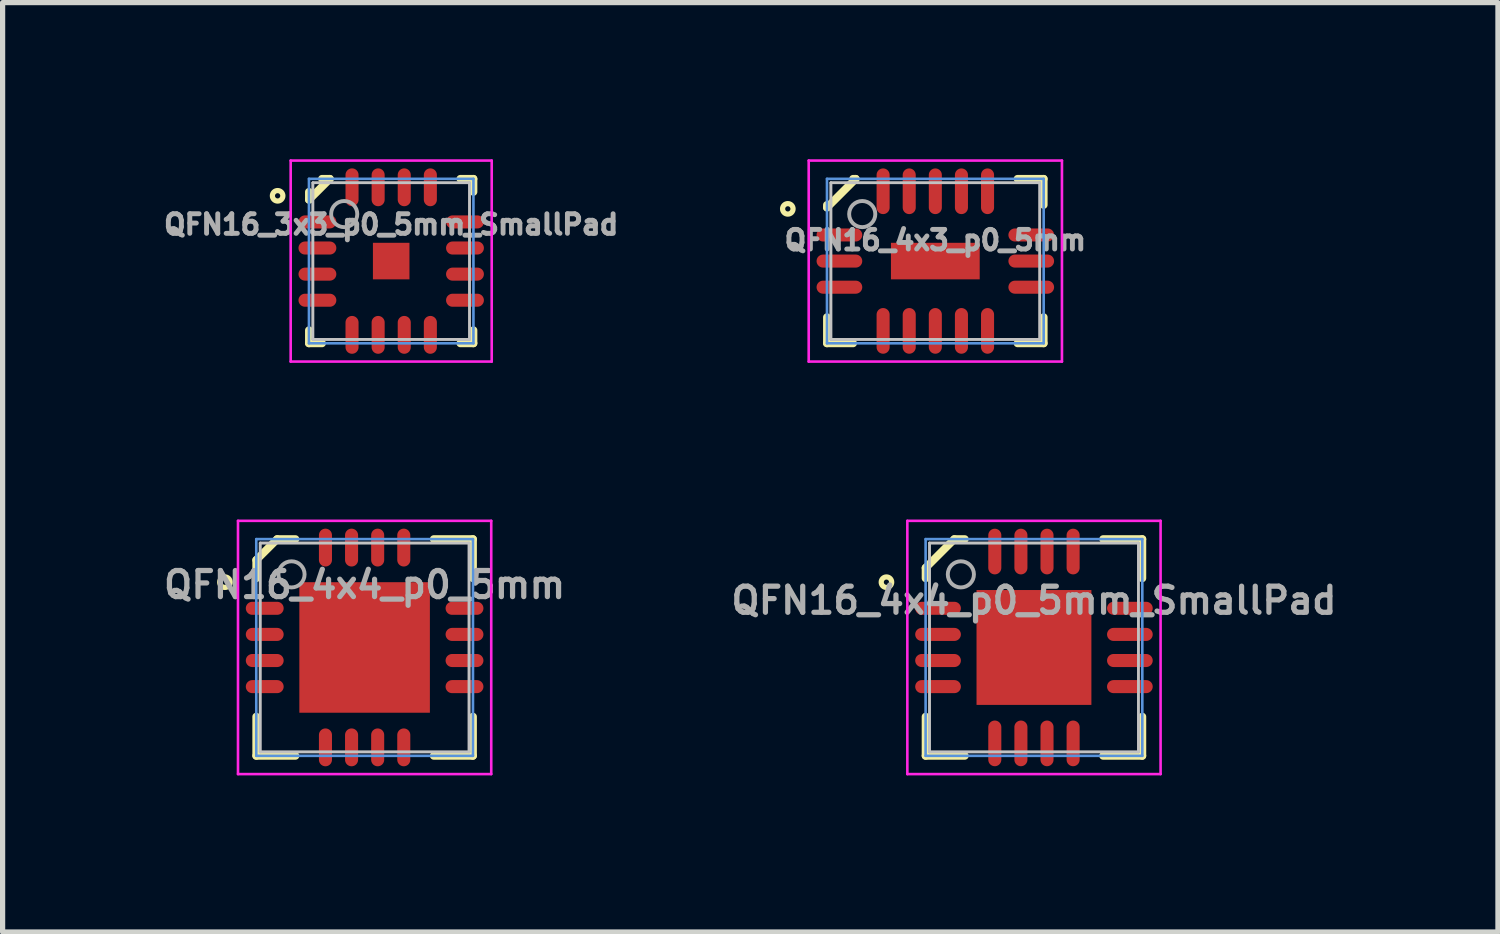
<source format=kicad_pcb>
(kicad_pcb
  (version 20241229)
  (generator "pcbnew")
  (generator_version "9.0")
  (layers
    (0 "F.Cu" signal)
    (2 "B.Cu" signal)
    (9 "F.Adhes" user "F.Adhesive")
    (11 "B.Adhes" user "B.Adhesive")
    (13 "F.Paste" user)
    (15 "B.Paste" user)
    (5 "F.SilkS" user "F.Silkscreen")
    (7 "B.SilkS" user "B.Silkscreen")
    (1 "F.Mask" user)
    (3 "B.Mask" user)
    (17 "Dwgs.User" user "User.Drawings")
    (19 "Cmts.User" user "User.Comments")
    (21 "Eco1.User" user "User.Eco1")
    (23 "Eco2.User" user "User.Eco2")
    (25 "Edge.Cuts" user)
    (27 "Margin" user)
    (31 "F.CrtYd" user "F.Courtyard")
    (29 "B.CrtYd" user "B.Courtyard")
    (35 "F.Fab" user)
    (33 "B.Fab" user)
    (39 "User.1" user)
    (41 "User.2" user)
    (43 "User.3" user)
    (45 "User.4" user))
  (footprint "QFN16_4x4_p0_5mm"
    (layer "F.Cu")
    (at 3.933 9.35)
    (property "Reference" "QFN16_4x4_p0_5mm" (at 0 -1.2 0) (layer "F.Fab") (effects (font (size 0.5 0.5) (thickness 0.1))))
    (attr through_hole)
    (fp_line (start -2.075 -1.675) (end -2.075 -1.325) (stroke (width 0.15) (type solid)) (layer "F.SilkS"))
    (fp_line (start -2.075 -1.675) (end -1.675 -2.075) (stroke (width 0.15) (type solid)) (layer "F.SilkS"))
    (fp_line (start -2.075 2.075) (end -2.075 1.325) (stroke (width 0.15) (type solid)) (layer "F.SilkS"))
    (fp_line (start -2.075 2.075) (end -1.325 2.075) (stroke (width 0.15) (type solid)) (layer "F.SilkS"))
    (fp_line (start -1.325 -2.075) (end -1.675 -2.075) (stroke (width 0.15) (type solid)) (layer "F.SilkS"))
    (fp_line (start 2.075 -2.075) (end 1.325 -2.075) (stroke (width 0.15) (type solid)) (layer "F.SilkS"))
    (fp_line (start 2.075 -2.075) (end 2.075 -1.325) (stroke (width 0.15) (type solid)) (layer "F.SilkS"))
    (fp_line (start 2.075 2.075) (end 1.325 2.075) (stroke (width 0.15) (type solid)) (layer "F.SilkS"))
    (fp_line (start 2.075 2.075) (end 2.075 1.325) (stroke (width 0.15) (type solid)) (layer "F.SilkS"))
    (fp_circle (center -2.675 -1.25) (end -2.604 -1.179) (stroke (width 0.1) (type solid)) (fill no) (layer "F.SilkS"))
    (fp_line (start -2 -2) (end -2 2) (stroke (width 0.05) (type solid)) (layer "Dwgs.User"))
    (fp_line (start -2 -2) (end 2 -2) (stroke (width 0.05) (type solid)) (layer "Dwgs.User"))
    (fp_line (start -2 2) (end 2 2) (stroke (width 0.05) (type solid)) (layer "Dwgs.User"))
    (fp_line (start 2 -2) (end 2 2) (stroke (width 0.05) (type solid)) (layer "Dwgs.User"))
    (fp_line (start -2.075 -2.075) (end -2.075 2.075) (stroke (width 0.05) (type solid)) (layer "Cmts.User"))
    (fp_line (start -2.075 -2.075) (end 2.075 -2.075) (stroke (width 0.05) (type solid)) (layer "Cmts.User"))
    (fp_line (start -2.075 2.075) (end 2.075 2.075) (stroke (width 0.05) (type solid)) (layer "Cmts.User"))
    (fp_line (start 2.075 -2.075) (end 2.075 2.075) (stroke (width 0.05) (type solid)) (layer "Cmts.User"))
    (fp_line (start -1.925 -1.925) (end -1.925 1.925) (stroke (width 0.05) (type solid)) (layer "Eco1.User"))
    (fp_line (start -1.925 -1.925) (end 1.925 -1.925) (stroke (width 0.05) (type solid)) (layer "Eco1.User"))
    (fp_line (start -1.925 1.925) (end 1.925 1.925) (stroke (width 0.05) (type solid)) (layer "Eco1.User"))
    (fp_line (start 1.925 -1.925) (end 1.925 1.925) (stroke (width 0.05) (type solid)) (layer "Eco1.User"))
    (fp_line (start -2.425 -2.425) (end -2.425 2.425) (stroke (width 0.05) (type solid)) (layer "F.CrtYd"))
    (fp_line (start -2.425 -2.425) (end 2.425 -2.425) (stroke (width 0.05) (type solid)) (layer "F.CrtYd"))
    (fp_line (start -2.425 2.425) (end 2.425 2.425) (stroke (width 0.05) (type solid)) (layer "F.CrtYd"))
    (fp_line (start 2.425 -2.425) (end 2.425 2.425) (stroke (width 0.05) (type solid)) (layer "F.CrtYd"))
    (fp_line (start -2 -2) (end -2 2) (stroke (width 0.05) (type solid)) (layer "F.Fab"))
    (fp_line (start -2 -2) (end 2 -2) (stroke (width 0.05) (type solid)) (layer "F.Fab"))
    (fp_line (start -2 2) (end 2 2) (stroke (width 0.05) (type solid)) (layer "F.Fab"))
    (fp_line (start 2 -2) (end 2 2) (stroke (width 0.05) (type solid)) (layer "F.Fab"))
    (fp_circle (center -1.4 -1.4) (end -1.223 -1.223) (stroke (width 0.075) (type solid)) (fill no) (layer "F.Fab"))
    (pad "1" smd oval (at -1.913 -0.75 180) (size 0.725 0.25) (layers "F.Cu" "F.Mask" "F.Paste"))
    (pad "2" smd oval (at -1.913 -0.25 180) (size 0.725 0.25) (layers "F.Cu" "F.Mask" "F.Paste"))
    (pad "3" smd oval (at -1.913 0.25 180) (size 0.725 0.25) (layers "F.Cu" "F.Mask" "F.Paste"))
    (pad "4" smd oval (at -1.913 0.75 180) (size 0.725 0.25) (layers "F.Cu" "F.Mask" "F.Paste"))
    (pad "5" smd oval (at -0.75 1.913 270) (size 0.725 0.25) (layers "F.Cu" "F.Mask" "F.Paste"))
    (pad "6" smd oval (at -0.25 1.913 270) (size 0.725 0.25) (layers "F.Cu" "F.Mask" "F.Paste"))
    (pad "7" smd oval (at 0.25 1.913 270) (size 0.725 0.25) (layers "F.Cu" "F.Mask" "F.Paste"))
    (pad "8" smd oval (at 0.75 1.913 270) (size 0.725 0.25) (layers "F.Cu" "F.Mask" "F.Paste"))
    (pad "9" smd oval (at 1.913 0.75) (size 0.725 0.25) (layers "F.Cu" "F.Mask" "F.Paste"))
    (pad "10" smd oval (at 1.913 0.25) (size 0.725 0.25) (layers "F.Cu" "F.Mask" "F.Paste"))
    (pad "11" smd oval (at 1.913 -0.25) (size 0.725 0.25) (layers "F.Cu" "F.Mask" "F.Paste"))
    (pad "12" smd oval (at 1.913 -0.75) (size 0.725 0.25) (layers "F.Cu" "F.Mask" "F.Paste"))
    (pad "13" smd oval (at 0.75 -1.913 90) (size 0.725 0.25) (layers "F.Cu" "F.Mask" "F.Paste"))
    (pad "14" smd oval (at 0.25 -1.913 90) (size 0.725 0.25) (layers "F.Cu" "F.Mask" "F.Paste"))
    (pad "15" smd oval (at -0.25 -1.913 90) (size 0.725 0.25) (layers "F.Cu" "F.Mask" "F.Paste"))
    (pad "16" smd oval (at -0.75 -1.913 90) (size 0.725 0.25) (layers "F.Cu" "F.Mask" "F.Paste"))
    (pad "17" smd rect (at 0 0) (size 2.5 2.5) (layers "F.Cu" "F.Mask" "F.Paste")))
  (footprint "QFN16_4x4_p0_5mm_SmallPad"
    (layer "F.Cu")
    (at 16.752 9.35)
    (property "Reference" "QFN16_4x4_p0_5mm_SmallPad" (at 0 -0.9 0) (layer "F.Fab") (effects (font (size 0.5 0.5) (thickness 0.1))))
    (attr through_hole)
    (fp_line (start -2.075 -1.525) (end -2.075 -1.325) (stroke (width 0.15) (type solid)) (layer "F.SilkS"))
    (fp_line (start -2.075 -1.525) (end -1.525 -2.075) (stroke (width 0.15) (type solid)) (layer "F.SilkS"))
    (fp_line (start -2.075 2.075) (end -2.075 1.325) (stroke (width 0.15) (type solid)) (layer "F.SilkS"))
    (fp_line (start -2.075 2.075) (end -1.325 2.075) (stroke (width 0.15) (type solid)) (layer "F.SilkS"))
    (fp_line (start -1.325 -2.075) (end -1.525 -2.075) (stroke (width 0.15) (type solid)) (layer "F.SilkS"))
    (fp_line (start 2.075 -2.075) (end 1.325 -2.075) (stroke (width 0.15) (type solid)) (layer "F.SilkS"))
    (fp_line (start 2.075 -2.075) (end 2.075 -1.325) (stroke (width 0.15) (type solid)) (layer "F.SilkS"))
    (fp_line (start 2.075 2.075) (end 1.325 2.075) (stroke (width 0.15) (type solid)) (layer "F.SilkS"))
    (fp_line (start 2.075 2.075) (end 2.075 1.325) (stroke (width 0.15) (type solid)) (layer "F.SilkS"))
    (fp_circle (center -2.825 -1.25) (end -2.754 -1.179) (stroke (width 0.1) (type solid)) (fill no) (layer "F.SilkS"))
    (fp_line (start -2 -2) (end -2 2) (stroke (width 0.05) (type solid)) (layer "Dwgs.User"))
    (fp_line (start -2 -2) (end 2 -2) (stroke (width 0.05) (type solid)) (layer "Dwgs.User"))
    (fp_line (start -2 2) (end 2 2) (stroke (width 0.05) (type solid)) (layer "Dwgs.User"))
    (fp_line (start 2 -2) (end 2 2) (stroke (width 0.05) (type solid)) (layer "Dwgs.User"))
    (fp_line (start -2.075 -2.075) (end -2.075 2.075) (stroke (width 0.05) (type solid)) (layer "Cmts.User"))
    (fp_line (start -2.075 -2.075) (end 2.075 -2.075) (stroke (width 0.05) (type solid)) (layer "Cmts.User"))
    (fp_line (start -2.075 2.075) (end 2.075 2.075) (stroke (width 0.05) (type solid)) (layer "Cmts.User"))
    (fp_line (start 2.075 -2.075) (end 2.075 2.075) (stroke (width 0.05) (type solid)) (layer "Cmts.User"))
    (fp_line (start -1.925 -1.925) (end -1.925 1.925) (stroke (width 0.05) (type solid)) (layer "Eco1.User"))
    (fp_line (start -1.925 -1.925) (end 1.925 -1.925) (stroke (width 0.05) (type solid)) (layer "Eco1.User"))
    (fp_line (start -1.925 1.925) (end 1.925 1.925) (stroke (width 0.05) (type solid)) (layer "Eco1.User"))
    (fp_line (start 1.925 -1.925) (end 1.925 1.925) (stroke (width 0.05) (type solid)) (layer "Eco1.User"))
    (fp_line (start -2.425 -2.425) (end -2.425 2.425) (stroke (width 0.05) (type solid)) (layer "F.CrtYd"))
    (fp_line (start -2.425 -2.425) (end 2.425 -2.425) (stroke (width 0.05) (type solid)) (layer "F.CrtYd"))
    (fp_line (start -2.425 2.425) (end 2.425 2.425) (stroke (width 0.05) (type solid)) (layer "F.CrtYd"))
    (fp_line (start 2.425 -2.425) (end 2.425 2.425) (stroke (width 0.05) (type solid)) (layer "F.CrtYd"))
    (fp_line (start -2 -2) (end -2 2) (stroke (width 0.05) (type solid)) (layer "F.Fab"))
    (fp_line (start -2 -2) (end 2 -2) (stroke (width 0.05) (type solid)) (layer "F.Fab"))
    (fp_line (start -2 2) (end 2 2) (stroke (width 0.05) (type solid)) (layer "F.Fab"))
    (fp_line (start 2 -2) (end 2 2) (stroke (width 0.05) (type solid)) (layer "F.Fab"))
    (fp_circle (center -1.4 -1.4) (end -1.223 -1.223) (stroke (width 0.075) (type solid)) (fill no) (layer "F.Fab"))
    (pad "1" smd oval (at -1.837 -0.75 180) (size 0.875 0.25) (layers "F.Cu" "F.Mask" "F.Paste"))
    (pad "2" smd oval (at -1.837 -0.25 180) (size 0.875 0.25) (layers "F.Cu" "F.Mask" "F.Paste"))
    (pad "3" smd oval (at -1.837 0.25 180) (size 0.875 0.25) (layers "F.Cu" "F.Mask" "F.Paste"))
    (pad "4" smd oval (at -1.837 0.75 180) (size 0.875 0.25) (layers "F.Cu" "F.Mask" "F.Paste"))
    (pad "5" smd oval (at -0.75 1.837 270) (size 0.875 0.25) (layers "F.Cu" "F.Mask" "F.Paste"))
    (pad "6" smd oval (at -0.25 1.837 270) (size 0.875 0.25) (layers "F.Cu" "F.Mask" "F.Paste"))
    (pad "7" smd oval (at 0.25 1.837 270) (size 0.875 0.25) (layers "F.Cu" "F.Mask" "F.Paste"))
    (pad "8" smd oval (at 0.75 1.837 270) (size 0.875 0.25) (layers "F.Cu" "F.Mask" "F.Paste"))
    (pad "9" smd oval (at 1.837 0.75) (size 0.875 0.25) (layers "F.Cu" "F.Mask" "F.Paste"))
    (pad "10" smd oval (at 1.837 0.25) (size 0.875 0.25) (layers "F.Cu" "F.Mask" "F.Paste"))
    (pad "11" smd oval (at 1.837 -0.25) (size 0.875 0.25) (layers "F.Cu" "F.Mask" "F.Paste"))
    (pad "12" smd oval (at 1.837 -0.75) (size 0.875 0.25) (layers "F.Cu" "F.Mask" "F.Paste"))
    (pad "13" smd oval (at 0.75 -1.837 90) (size 0.875 0.25) (layers "F.Cu" "F.Mask" "F.Paste"))
    (pad "14" smd oval (at 0.25 -1.837 90) (size 0.875 0.25) (layers "F.Cu" "F.Mask" "F.Paste"))
    (pad "15" smd oval (at -0.25 -1.837 90) (size 0.875 0.25) (layers "F.Cu" "F.Mask" "F.Paste"))
    (pad "16" smd oval (at -0.75 -1.837 90) (size 0.875 0.25) (layers "F.Cu" "F.Mask" "F.Paste"))
    (pad "17" smd rect (at 0 0) (size 2.2 2.2) (layers "F.Cu" "F.Mask" "F.Paste")))
  (footprint "QFN16_4x3_p0_5mm"
    (layer "F.Cu")
    (at 14.863 1.95)
    (property "Reference" "QFN16_4x3_p0_5mm" (at 0 -0.4 0) (layer "F.Fab") (effects (font (size 0.375 0.375) (thickness 0.1))))
    (attr through_hole)
    (fp_line (start -2.075 -1.025) (end -2.075 -1.075) (stroke (width 0.15) (type solid)) (layer "F.SilkS"))
    (fp_line (start -2.075 -1.025) (end -1.525 -1.575) (stroke (width 0.15) (type solid)) (layer "F.SilkS"))
    (fp_line (start -2.075 1.575) (end -2.075 1.075) (stroke (width 0.15) (type solid)) (layer "F.SilkS"))
    (fp_line (start -2.075 1.575) (end -1.575 1.575) (stroke (width 0.15) (type solid)) (layer "F.SilkS"))
    (fp_line (start -1.575 -1.575) (end -1.525 -1.575) (stroke (width 0.15) (type solid)) (layer "F.SilkS"))
    (fp_line (start 2.075 -1.575) (end 1.575 -1.575) (stroke (width 0.15) (type solid)) (layer "F.SilkS"))
    (fp_line (start 2.075 -1.575) (end 2.075 -1.075) (stroke (width 0.15) (type solid)) (layer "F.SilkS"))
    (fp_line (start 2.075 1.575) (end 1.575 1.575) (stroke (width 0.15) (type solid)) (layer "F.SilkS"))
    (fp_line (start 2.075 1.575) (end 2.075 1.075) (stroke (width 0.15) (type solid)) (layer "F.SilkS"))
    (fp_circle (center -2.825 -1) (end -2.754 -0.929) (stroke (width 0.1) (type solid)) (fill no) (layer "F.SilkS"))
    (fp_line (start -2 -1.5) (end -2 1.5) (stroke (width 0.05) (type solid)) (layer "Dwgs.User"))
    (fp_line (start -2 -1.5) (end 2 -1.5) (stroke (width 0.05) (type solid)) (layer "Dwgs.User"))
    (fp_line (start -2 1.5) (end 2 1.5) (stroke (width 0.05) (type solid)) (layer "Dwgs.User"))
    (fp_line (start 2 -1.5) (end 2 1.5) (stroke (width 0.05) (type solid)) (layer "Dwgs.User"))
    (fp_line (start -2.075 -1.575) (end -2.075 1.575) (stroke (width 0.05) (type solid)) (layer "Cmts.User"))
    (fp_line (start -2.075 -1.575) (end 2.075 -1.575) (stroke (width 0.05) (type solid)) (layer "Cmts.User"))
    (fp_line (start -2.075 1.575) (end 2.075 1.575) (stroke (width 0.05) (type solid)) (layer "Cmts.User"))
    (fp_line (start 2.075 -1.575) (end 2.075 1.575) (stroke (width 0.05) (type solid)) (layer "Cmts.User"))
    (fp_line (start -1.925 -1.425) (end -1.925 1.425) (stroke (width 0.05) (type solid)) (layer "Eco1.User"))
    (fp_line (start -1.925 -1.425) (end 1.925 -1.425) (stroke (width 0.05) (type solid)) (layer "Eco1.User"))
    (fp_line (start -1.925 1.425) (end 1.925 1.425) (stroke (width 0.05) (type solid)) (layer "Eco1.User"))
    (fp_line (start 1.925 -1.425) (end 1.925 1.425) (stroke (width 0.05) (type solid)) (layer "Eco1.User"))
    (fp_line (start -2.425 -1.925) (end -2.425 1.925) (stroke (width 0.05) (type solid)) (layer "F.CrtYd"))
    (fp_line (start -2.425 -1.925) (end 2.425 -1.925) (stroke (width 0.05) (type solid)) (layer "F.CrtYd"))
    (fp_line (start -2.425 1.925) (end 2.425 1.925) (stroke (width 0.05) (type solid)) (layer "F.CrtYd"))
    (fp_line (start 2.425 -1.925) (end 2.425 1.925) (stroke (width 0.05) (type solid)) (layer "F.CrtYd"))
    (fp_line (start -2 -1.5) (end -2 1.5) (stroke (width 0.05) (type solid)) (layer "F.Fab"))
    (fp_line (start -2 -1.5) (end 2 -1.5) (stroke (width 0.05) (type solid)) (layer "F.Fab"))
    (fp_line (start -2 1.5) (end 2 1.5) (stroke (width 0.05) (type solid)) (layer "F.Fab"))
    (fp_line (start 2 -1.5) (end 2 1.5) (stroke (width 0.05) (type solid)) (layer "F.Fab"))
    (fp_circle (center -1.4 -0.9) (end -1.223 -0.723) (stroke (width 0.075) (type solid)) (fill no) (layer "F.Fab"))
    (pad "1" smd oval (at -1.837 -0.5 180) (size 0.875 0.25) (layers "F.Cu" "F.Mask" "F.Paste"))
    (pad "2" smd oval (at -1.837 0 180) (size 0.875 0.25) (layers "F.Cu" "F.Mask" "F.Paste"))
    (pad "3" smd oval (at -1.837 0.5 180) (size 0.875 0.25) (layers "F.Cu" "F.Mask" "F.Paste"))
    (pad "4" smd oval (at -1 1.337 270) (size 0.875 0.25) (layers "F.Cu" "F.Mask" "F.Paste"))
    (pad "5" smd oval (at -0.5 1.337 270) (size 0.875 0.25) (layers "F.Cu" "F.Mask" "F.Paste"))
    (pad "6" smd oval (at 0 1.337 270) (size 0.875 0.25) (layers "F.Cu" "F.Mask" "F.Paste"))
    (pad "7" smd oval (at 0.5 1.337 270) (size 0.875 0.25) (layers "F.Cu" "F.Mask" "F.Paste"))
    (pad "8" smd oval (at 1 1.337 270) (size 0.875 0.25) (layers "F.Cu" "F.Mask" "F.Paste"))
    (pad "9" smd oval (at 1.837 0.5) (size 0.875 0.25) (layers "F.Cu" "F.Mask" "F.Paste"))
    (pad "10" smd oval (at 1.837 0) (size 0.875 0.25) (layers "F.Cu" "F.Mask" "F.Paste"))
    (pad "11" smd oval (at 1.837 -0.5) (size 0.875 0.25) (layers "F.Cu" "F.Mask" "F.Paste"))
    (pad "12" smd oval (at 1 -1.337 90) (size 0.875 0.25) (layers "F.Cu" "F.Mask" "F.Paste"))
    (pad "13" smd oval (at 0.5 -1.337 90) (size 0.875 0.25) (layers "F.Cu" "F.Mask" "F.Paste"))
    (pad "14" smd oval (at 0 -1.337 90) (size 0.875 0.25) (layers "F.Cu" "F.Mask" "F.Paste"))
    (pad "15" smd oval (at -0.5 -1.337 90) (size 0.875 0.25) (layers "F.Cu" "F.Mask" "F.Paste"))
    (pad "16" smd oval (at -1 -1.337 90) (size 0.875 0.25) (layers "F.Cu" "F.Mask" "F.Paste"))
    (pad "17" smd rect (at 0 0) (size 1.7 0.7) (layers "F.Cu" "F.Mask" "F.Paste")))
  (footprint "QFN16_3x3_p0_5mm_SmallPad"
    (layer "F.Cu")
    (at 4.442 1.95)
    (property "Reference" "QFN16_3x3_p0_5mm_SmallPad" (at 0 -0.7 0) (layer "F.Fab") (effects (font (size 0.375 0.375) (thickness 0.1))))
    (attr through_hole)
    (fp_line (start -1.575 -1.175) (end -1.575 -1.325) (stroke (width 0.15) (type solid)) (layer "F.SilkS"))
    (fp_line (start -1.575 -1.175) (end -1.175 -1.575) (stroke (width 0.15) (type solid)) (layer "F.SilkS"))
    (fp_line (start -1.575 1.575) (end -1.575 1.325) (stroke (width 0.15) (type solid)) (layer "F.SilkS"))
    (fp_line (start -1.575 1.575) (end -1.325 1.575) (stroke (width 0.15) (type solid)) (layer "F.SilkS"))
    (fp_line (start -1.325 -1.575) (end -1.175 -1.575) (stroke (width 0.15) (type solid)) (layer "F.SilkS"))
    (fp_line (start 1.575 -1.575) (end 1.325 -1.575) (stroke (width 0.15) (type solid)) (layer "F.SilkS"))
    (fp_line (start 1.575 -1.575) (end 1.575 -1.325) (stroke (width 0.15) (type solid)) (layer "F.SilkS"))
    (fp_line (start 1.575 1.575) (end 1.325 1.575) (stroke (width 0.15) (type solid)) (layer "F.SilkS"))
    (fp_line (start 1.575 1.575) (end 1.575 1.325) (stroke (width 0.15) (type solid)) (layer "F.SilkS"))
    (fp_circle (center -2.175 -1.25) (end -2.104 -1.179) (stroke (width 0.1) (type solid)) (fill no) (layer "F.SilkS"))
    (fp_line (start -1.5 -1.5) (end -1.5 1.5) (stroke (width 0.05) (type solid)) (layer "Dwgs.User"))
    (fp_line (start -1.5 -1.5) (end 1.5 -1.5) (stroke (width 0.05) (type solid)) (layer "Dwgs.User"))
    (fp_line (start -1.5 1.5) (end 1.5 1.5) (stroke (width 0.05) (type solid)) (layer "Dwgs.User"))
    (fp_line (start 1.5 -1.5) (end 1.5 1.5) (stroke (width 0.05) (type solid)) (layer "Dwgs.User"))
    (fp_line (start -1.575 -1.575) (end -1.575 1.575) (stroke (width 0.05) (type solid)) (layer "Cmts.User"))
    (fp_line (start -1.575 -1.575) (end 1.575 -1.575) (stroke (width 0.05) (type solid)) (layer "Cmts.User"))
    (fp_line (start -1.575 1.575) (end 1.575 1.575) (stroke (width 0.05) (type solid)) (layer "Cmts.User"))
    (fp_line (start 1.575 -1.575) (end 1.575 1.575) (stroke (width 0.05) (type solid)) (layer "Cmts.User"))
    (fp_line (start -1.425 -1.425) (end -1.425 1.425) (stroke (width 0.05) (type solid)) (layer "Eco1.User"))
    (fp_line (start -1.425 -1.425) (end 1.425 -1.425) (stroke (width 0.05) (type solid)) (layer "Eco1.User"))
    (fp_line (start -1.425 1.425) (end 1.425 1.425) (stroke (width 0.05) (type solid)) (layer "Eco1.User"))
    (fp_line (start 1.425 -1.425) (end 1.425 1.425) (stroke (width 0.05) (type solid)) (layer "Eco1.User"))
    (fp_line (start -1.925 -1.925) (end -1.925 1.925) (stroke (width 0.05) (type solid)) (layer "F.CrtYd"))
    (fp_line (start -1.925 -1.925) (end 1.925 -1.925) (stroke (width 0.05) (type solid)) (layer "F.CrtYd"))
    (fp_line (start -1.925 1.925) (end 1.925 1.925) (stroke (width 0.05) (type solid)) (layer "F.CrtYd"))
    (fp_line (start 1.925 -1.925) (end 1.925 1.925) (stroke (width 0.05) (type solid)) (layer "F.CrtYd"))
    (fp_line (start -1.5 -1.5) (end -1.5 1.5) (stroke (width 0.05) (type solid)) (layer "F.Fab"))
    (fp_line (start -1.5 -1.5) (end 1.5 -1.5) (stroke (width 0.05) (type solid)) (layer "F.Fab"))
    (fp_line (start -1.5 1.5) (end 1.5 1.5) (stroke (width 0.05) (type solid)) (layer "F.Fab"))
    (fp_line (start 1.5 -1.5) (end 1.5 1.5) (stroke (width 0.05) (type solid)) (layer "F.Fab"))
    (fp_circle (center -0.9 -0.9) (end -0.723 -0.723) (stroke (width 0.075) (type solid)) (fill no) (layer "F.Fab"))
    (pad "1" smd oval (at -1.413 -0.75 180) (size 0.725 0.25) (layers "F.Cu" "F.Mask" "F.Paste"))
    (pad "2" smd oval (at -1.413 -0.25 180) (size 0.725 0.25) (layers "F.Cu" "F.Mask" "F.Paste"))
    (pad "3" smd oval (at -1.413 0.25 180) (size 0.725 0.25) (layers "F.Cu" "F.Mask" "F.Paste"))
    (pad "4" smd oval (at -1.413 0.75 180) (size 0.725 0.25) (layers "F.Cu" "F.Mask" "F.Paste"))
    (pad "5" smd oval (at -0.75 1.413 270) (size 0.725 0.25) (layers "F.Cu" "F.Mask" "F.Paste"))
    (pad "6" smd oval (at -0.25 1.413 270) (size 0.725 0.25) (layers "F.Cu" "F.Mask" "F.Paste"))
    (pad "7" smd oval (at 0.25 1.413 270) (size 0.725 0.25) (layers "F.Cu" "F.Mask" "F.Paste"))
    (pad "8" smd oval (at 0.75 1.413 270) (size 0.725 0.25) (layers "F.Cu" "F.Mask" "F.Paste"))
    (pad "9" smd oval (at 1.413 0.75) (size 0.725 0.25) (layers "F.Cu" "F.Mask" "F.Paste"))
    (pad "10" smd oval (at 1.413 0.25) (size 0.725 0.25) (layers "F.Cu" "F.Mask" "F.Paste"))
    (pad "11" smd oval (at 1.413 -0.25) (size 0.725 0.25) (layers "F.Cu" "F.Mask" "F.Paste"))
    (pad "12" smd oval (at 1.413 -0.75) (size 0.725 0.25) (layers "F.Cu" "F.Mask" "F.Paste"))
    (pad "13" smd oval (at 0.75 -1.413 90) (size 0.725 0.25) (layers "F.Cu" "F.Mask" "F.Paste"))
    (pad "14" smd oval (at 0.25 -1.413 90) (size 0.725 0.25) (layers "F.Cu" "F.Mask" "F.Paste"))
    (pad "15" smd oval (at -0.25 -1.413 90) (size 0.725 0.25) (layers "F.Cu" "F.Mask" "F.Paste"))
    (pad "16" smd oval (at -0.75 -1.413 90) (size 0.725 0.25) (layers "F.Cu" "F.Mask" "F.Paste"))
    (pad "17" smd rect (at 0 0) (size 0.7 0.7) (layers "F.Cu" "F.Mask" "F.Paste")))
  (gr_rect
    (start -3 -3)
    (end 25.638 14.8)
    (stroke (width 0.1) (type default))
    (fill no)
    (layer "Edge.Cuts")))
</source>
